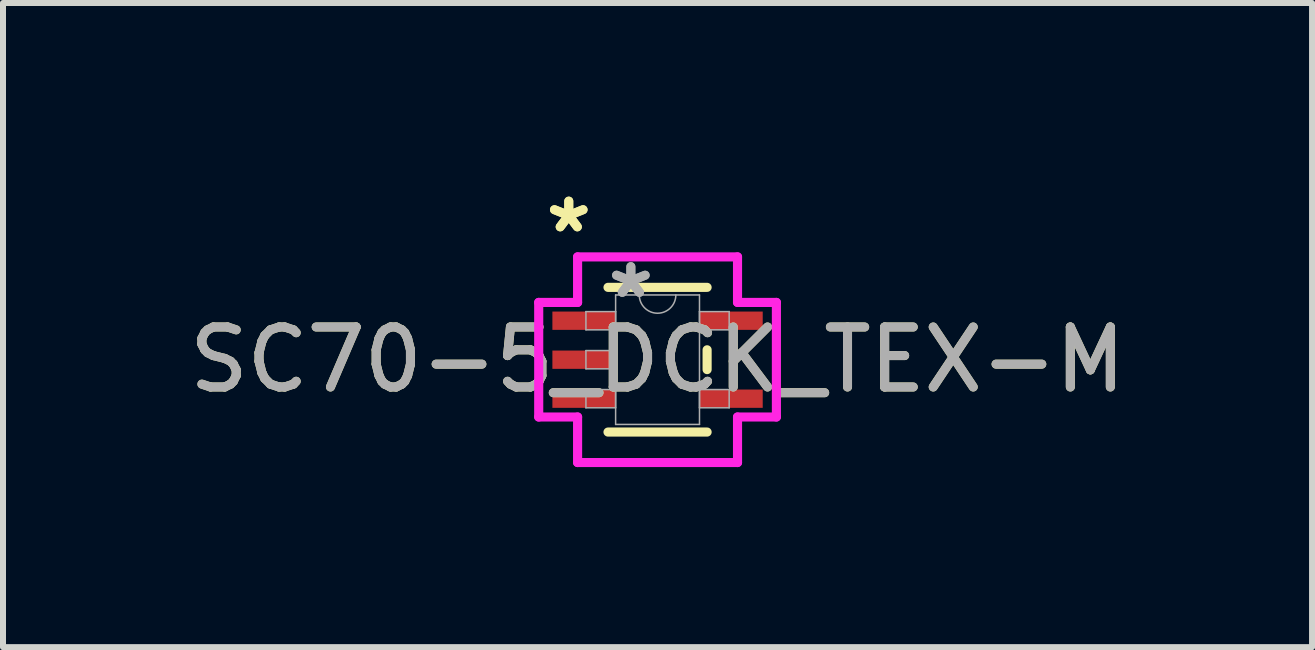
<source format=kicad_pcb>
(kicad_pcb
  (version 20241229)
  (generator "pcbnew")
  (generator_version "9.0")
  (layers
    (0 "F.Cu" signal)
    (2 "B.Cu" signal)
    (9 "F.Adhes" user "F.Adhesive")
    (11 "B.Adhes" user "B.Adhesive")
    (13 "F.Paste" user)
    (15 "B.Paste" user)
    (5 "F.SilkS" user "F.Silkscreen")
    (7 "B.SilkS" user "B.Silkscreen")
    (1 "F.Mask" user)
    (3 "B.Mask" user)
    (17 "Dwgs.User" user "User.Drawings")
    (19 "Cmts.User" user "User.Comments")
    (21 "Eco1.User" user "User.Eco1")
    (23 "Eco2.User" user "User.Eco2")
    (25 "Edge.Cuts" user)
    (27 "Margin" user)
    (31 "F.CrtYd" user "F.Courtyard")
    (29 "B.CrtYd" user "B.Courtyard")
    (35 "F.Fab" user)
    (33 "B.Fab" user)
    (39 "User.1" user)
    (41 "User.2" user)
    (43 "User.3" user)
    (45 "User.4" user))
  (footprint "SC70-5_DCK_TEX-M"
    (layer "F.Cu")
    (at 7.911 2.946)
    (property "Reference" "SC70-5_DCK_TEX-M" (at 0 0 0) (unlocked yes) (layer "F.SilkS") (effects (font (size 1 1) (thickness 0.15))))
    (attr smd)
    (fp_line (start -0.826 1.206) (end 0.826 1.206) (stroke (width 0.152) (type solid)) (layer "F.SilkS"))
    (fp_line (start 0.826 -1.206) (end -0.826 -1.206) (stroke (width 0.152) (type solid)) (layer "F.SilkS"))
    (fp_line (start 0.826 0.165) (end 0.826 -0.165) (stroke (width 0.152) (type solid)) (layer "F.SilkS"))
    (fp_line (start -1.981 -0.955) (end -1.333 -0.955) (stroke (width 0.152) (type solid)) (layer "F.CrtYd"))
    (fp_line (start -1.981 0.955) (end -1.981 -0.955) (stroke (width 0.152) (type solid)) (layer "F.CrtYd"))
    (fp_line (start -1.333 -1.714) (end 1.333 -1.714) (stroke (width 0.152) (type solid)) (layer "F.CrtYd"))
    (fp_line (start -1.333 -0.955) (end -1.333 -1.714) (stroke (width 0.152) (type solid)) (layer "F.CrtYd"))
    (fp_line (start -1.333 0.955) (end -1.981 0.955) (stroke (width 0.152) (type solid)) (layer "F.CrtYd"))
    (fp_line (start -1.333 1.714) (end -1.333 0.955) (stroke (width 0.152) (type solid)) (layer "F.CrtYd"))
    (fp_line (start 1.333 -1.714) (end 1.333 -0.955) (stroke (width 0.152) (type solid)) (layer "F.CrtYd"))
    (fp_line (start 1.333 -0.955) (end 1.981 -0.955) (stroke (width 0.152) (type solid)) (layer "F.CrtYd"))
    (fp_line (start 1.333 0.955) (end 1.333 1.714) (stroke (width 0.152) (type solid)) (layer "F.CrtYd"))
    (fp_line (start 1.333 1.714) (end -1.333 1.714) (stroke (width 0.152) (type solid)) (layer "F.CrtYd"))
    (fp_line (start 1.981 -0.955) (end 1.981 0.955) (stroke (width 0.152) (type solid)) (layer "F.CrtYd"))
    (fp_line (start 1.981 0.955) (end 1.333 0.955) (stroke (width 0.152) (type solid)) (layer "F.CrtYd"))
    (fp_line (start -1.194 -0.802) (end -1.194 -0.498) (stroke (width 0.025) (type solid)) (layer "F.Fab"))
    (fp_line (start -1.194 -0.498) (end -0.699 -0.498) (stroke (width 0.025) (type solid)) (layer "F.Fab"))
    (fp_line (start -1.194 -0.152) (end -1.194 0.152) (stroke (width 0.025) (type solid)) (layer "F.Fab"))
    (fp_line (start -1.194 0.152) (end -0.699 0.152) (stroke (width 0.025) (type solid)) (layer "F.Fab"))
    (fp_line (start -1.194 0.498) (end -1.194 0.802) (stroke (width 0.025) (type solid)) (layer "F.Fab"))
    (fp_line (start -1.194 0.802) (end -0.699 0.802) (stroke (width 0.025) (type solid)) (layer "F.Fab"))
    (fp_line (start -0.699 -1.079) (end -0.699 1.079) (stroke (width 0.025) (type solid)) (layer "F.Fab"))
    (fp_line (start -0.699 -0.802) (end -1.194 -0.802) (stroke (width 0.025) (type solid)) (layer "F.Fab"))
    (fp_line (start -0.699 -0.498) (end -0.699 -0.802) (stroke (width 0.025) (type solid)) (layer "F.Fab"))
    (fp_line (start -0.699 -0.152) (end -1.194 -0.152) (stroke (width 0.025) (type solid)) (layer "F.Fab"))
    (fp_line (start -0.699 0.152) (end -0.699 -0.152) (stroke (width 0.025) (type solid)) (layer "F.Fab"))
    (fp_line (start -0.699 0.498) (end -1.194 0.498) (stroke (width 0.025) (type solid)) (layer "F.Fab"))
    (fp_line (start -0.699 0.802) (end -0.699 0.498) (stroke (width 0.025) (type solid)) (layer "F.Fab"))
    (fp_line (start -0.699 1.079) (end 0.699 1.079) (stroke (width 0.025) (type solid)) (layer "F.Fab"))
    (fp_line (start 0.699 -1.079) (end -0.699 -1.079) (stroke (width 0.025) (type solid)) (layer "F.Fab"))
    (fp_line (start 0.699 -0.802) (end 0.699 -0.498) (stroke (width 0.025) (type solid)) (layer "F.Fab"))
    (fp_line (start 0.699 -0.498) (end 1.194 -0.498) (stroke (width 0.025) (type solid)) (layer "F.Fab"))
    (fp_line (start 0.699 0.498) (end 0.699 0.802) (stroke (width 0.025) (type solid)) (layer "F.Fab"))
    (fp_line (start 0.699 0.802) (end 1.194 0.802) (stroke (width 0.025) (type solid)) (layer "F.Fab"))
    (fp_line (start 0.699 1.079) (end 0.699 -1.079) (stroke (width 0.025) (type solid)) (layer "F.Fab"))
    (fp_line (start 1.194 -0.802) (end 0.699 -0.802) (stroke (width 0.025) (type solid)) (layer "F.Fab"))
    (fp_line (start 1.194 -0.498) (end 1.194 -0.802) (stroke (width 0.025) (type solid)) (layer "F.Fab"))
    (fp_line (start 1.194 0.498) (end 0.699 0.498) (stroke (width 0.025) (type solid)) (layer "F.Fab"))
    (fp_line (start 1.194 0.802) (end 1.194 0.498) (stroke (width 0.025) (type solid)) (layer "F.Fab"))
    (fp_arc (start 0.3048 -1.0795) (mid 0 -0.7747) (end -0.3048 -1.0795) (stroke (width 0.0254) (type solid)) (layer "F.Fab"))
    (fp_text user "*" (at -1.48 -2.098 0) (layer "F.SilkS") (effects (font (size 1 1) (thickness 0.15))))
    (fp_text user "*" (at -1.48 -2.098 0) (unlocked yes) (layer "F.SilkS") (effects (font (size 1 1) (thickness 0.15))))
    (fp_text user "*" (at -0.445 -1.006 0) (unlocked yes) (layer "F.Fab") (effects (font (size 1 1) (thickness 0.15))))
    (fp_text user "*" (at -0.445 -1.006 0) (layer "F.Fab") (effects (font (size 1 1) (thickness 0.15))))
    (fp_text user "${REFERENCE}" (at 0 0 0) (unlocked yes) (layer "F.Fab") (effects (font (size 1 1) (thickness 0.15))))
    (pad "1" smd rect (at -1.226 -0.65) (size 1.054 0.305) (layers "F.Cu" "F.Mask" "F.Paste"))
    (pad "2" smd rect (at -1.226 0) (size 1.054 0.305) (layers "F.Cu" "F.Mask" "F.Paste"))
    (pad "3" smd rect (at -1.226 0.65) (size 1.054 0.305) (layers "F.Cu" "F.Mask" "F.Paste"))
    (pad "4" smd rect (at 1.226 0.65) (size 1.054 0.305) (layers "F.Cu" "F.Mask" "F.Paste"))
    (pad "5" smd rect (at 1.226 -0.65) (size 1.054 0.305) (layers "F.Cu" "F.Mask" "F.Paste")))
  (gr_rect
    (start -3 -3)
    (end 18.821 7.737)
    (stroke (width 0.1) (type default))
    (fill no)
    (layer "Edge.Cuts")))
</source>
